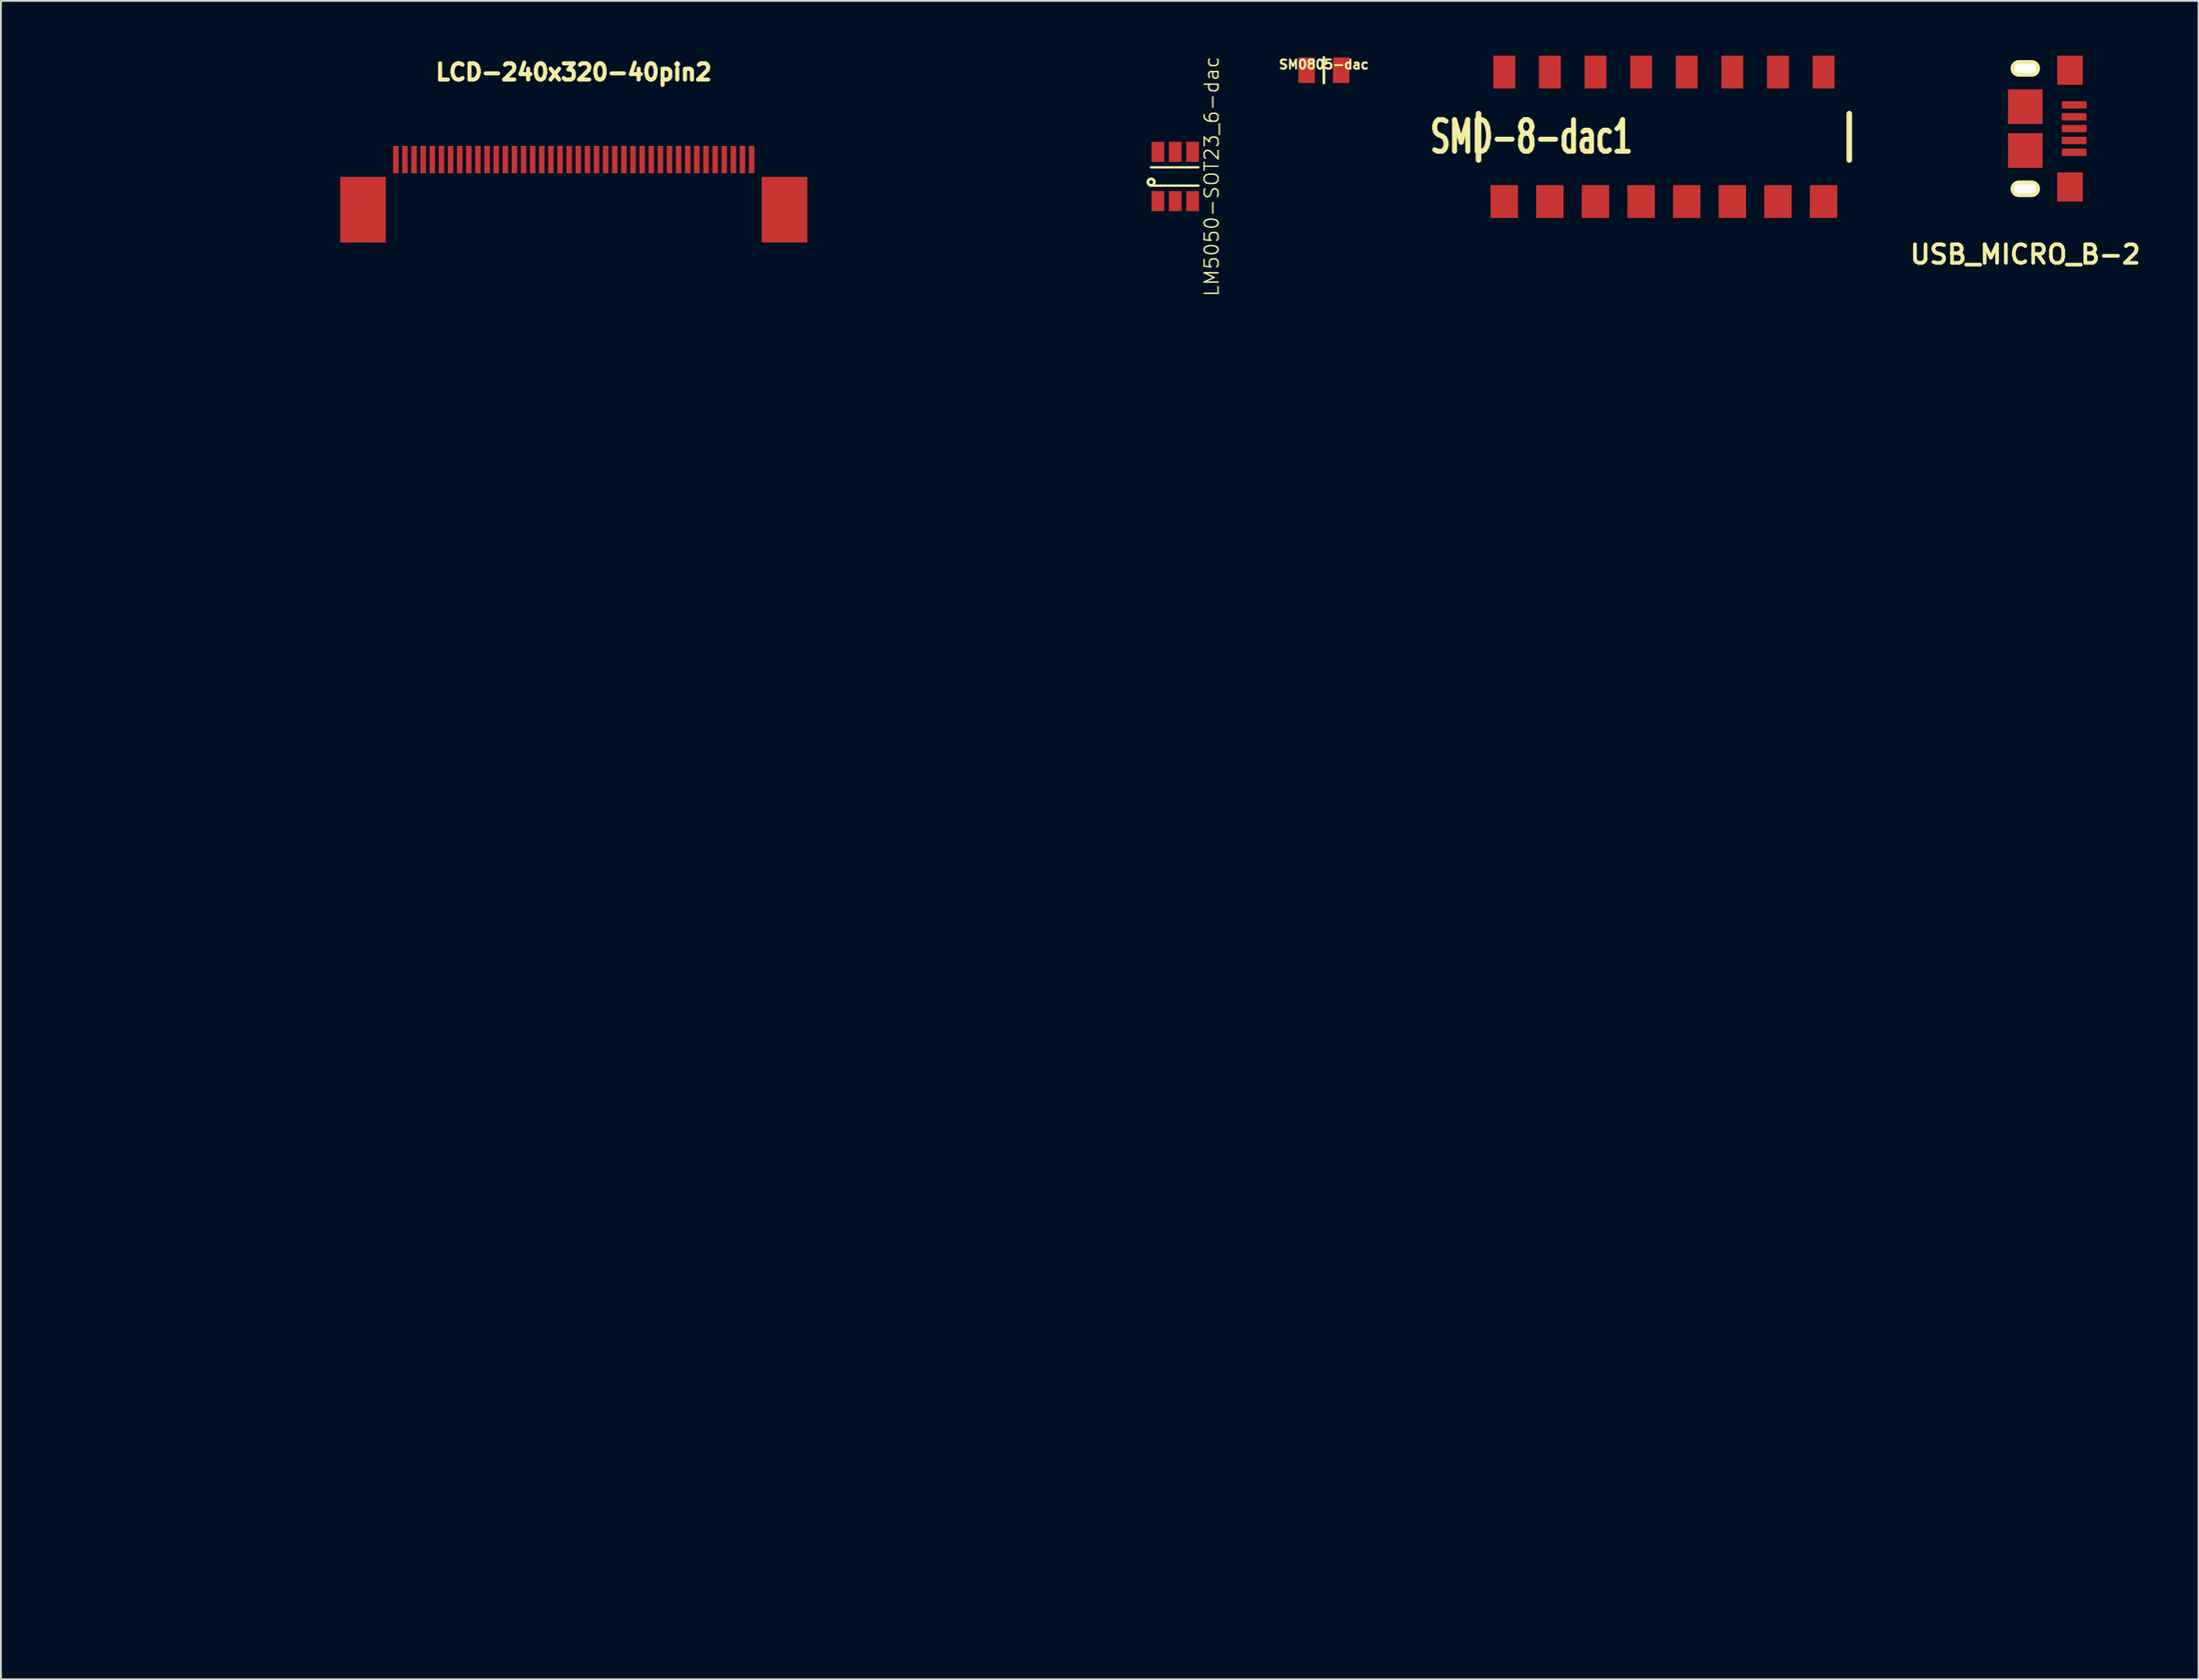
<source format=kicad_pcb>
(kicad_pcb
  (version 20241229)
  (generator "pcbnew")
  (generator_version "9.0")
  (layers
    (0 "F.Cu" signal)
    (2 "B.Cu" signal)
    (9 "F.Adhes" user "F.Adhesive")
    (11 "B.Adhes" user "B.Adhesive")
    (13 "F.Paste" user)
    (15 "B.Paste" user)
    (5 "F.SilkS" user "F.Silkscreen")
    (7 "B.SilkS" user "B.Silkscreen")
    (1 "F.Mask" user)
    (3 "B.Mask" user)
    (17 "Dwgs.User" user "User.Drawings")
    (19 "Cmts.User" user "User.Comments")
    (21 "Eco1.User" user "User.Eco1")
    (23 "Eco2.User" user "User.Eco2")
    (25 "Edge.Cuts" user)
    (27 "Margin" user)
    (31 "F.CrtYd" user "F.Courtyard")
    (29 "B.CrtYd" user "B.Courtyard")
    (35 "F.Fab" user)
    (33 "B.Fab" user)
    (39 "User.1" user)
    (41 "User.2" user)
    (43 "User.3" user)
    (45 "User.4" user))
  (footprint "LCD-240x320-40pin2"
    (layer "F.Cu")
    (at 28.395 6.645)
    (property "Reference" "LCD-240x320-40pin2" (at 0 -5.735 0) (layer "F.SilkS") (effects (font (size 0.889 0.889) (thickness 0.224))))
    (attr through_hole)
    (fp_line (start -28.32 0) (end 28.32 0) (stroke (width 0.15) (type solid)) (layer "Eco1.User"))
    (fp_line (start -28.32 79.3) (end -28.32 0) (stroke (width 0.15) (type solid)) (layer "Eco1.User"))
    (fp_line (start 28.32 0) (end 28.32 79.3) (stroke (width 0.15) (type solid)) (layer "Eco1.User"))
    (fp_line (start 28.32 79.3) (end -28.32 79.3) (stroke (width 0.15) (type solid)) (layer "Eco1.User"))
    (pad "0" smd rect (at -11.55 1.8) (size 2.5 3.6) (layers "F.Cu" "F.Mask" "F.Paste"))
    (pad "0" smd rect (at 11.55 1.8) (size 2.5 3.6) (layers "F.Cu" "F.Mask" "F.Paste"))
    (pad "1" smd rect (at 9.75 -0.95) (size 0.3 1.5) (layers "F.Cu" "F.Mask" "F.Paste"))
    (pad "2" smd rect (at 9.25 -0.95) (size 0.3 1.5) (layers "F.Cu" "F.Mask" "F.Paste"))
    (pad "3" smd rect (at 8.75 -0.95) (size 0.3 1.5) (layers "F.Cu" "F.Mask" "F.Paste"))
    (pad "4" smd rect (at 8.25 -0.95) (size 0.3 1.5) (layers "F.Cu" "F.Mask" "F.Paste"))
    (pad "5" smd rect (at 7.75 -0.95) (size 0.3 1.5) (layers "F.Cu" "F.Mask" "F.Paste"))
    (pad "6" smd rect (at 7.25 -0.95) (size 0.3 1.5) (layers "F.Cu" "F.Mask" "F.Paste"))
    (pad "7" smd rect (at 6.75 -0.95) (size 0.3 1.5) (layers "F.Cu" "F.Mask" "F.Paste"))
    (pad "8" smd rect (at 6.25 -0.95) (size 0.3 1.5) (layers "F.Cu" "F.Mask" "F.Paste"))
    (pad "9" smd rect (at 5.75 -0.95) (size 0.3 1.5) (layers "F.Cu" "F.Mask" "F.Paste"))
    (pad "10" smd rect (at 5.25 -0.95) (size 0.3 1.5) (layers "F.Cu" "F.Mask" "F.Paste"))
    (pad "11" smd rect (at 4.75 -0.95) (size 0.3 1.5) (layers "F.Cu" "F.Mask" "F.Paste"))
    (pad "12" smd rect (at 4.25 -0.95) (size 0.3 1.5) (layers "F.Cu" "F.Mask" "F.Paste"))
    (pad "13" smd rect (at 3.75 -0.95) (size 0.3 1.5) (layers "F.Cu" "F.Mask" "F.Paste"))
    (pad "14" smd rect (at 3.25 -0.95) (size 0.3 1.5) (layers "F.Cu" "F.Mask" "F.Paste"))
    (pad "15" smd rect (at 2.75 -0.95) (size 0.3 1.5) (layers "F.Cu" "F.Mask" "F.Paste"))
    (pad "16" smd rect (at 2.25 -0.95) (size 0.3 1.5) (layers "F.Cu" "F.Mask" "F.Paste"))
    (pad "17" smd rect (at 1.75 -0.95) (size 0.3 1.5) (layers "F.Cu" "F.Mask" "F.Paste"))
    (pad "18" smd rect (at 1.25 -0.95) (size 0.3 1.5) (layers "F.Cu" "F.Mask" "F.Paste"))
    (pad "19" smd rect (at 0.75 -0.95) (size 0.3 1.5) (layers "F.Cu" "F.Mask" "F.Paste"))
    (pad "20" smd rect (at 0.25 -0.95) (size 0.3 1.5) (layers "F.Cu" "F.Mask" "F.Paste"))
    (pad "21" smd rect (at -0.25 -0.95) (size 0.3 1.5) (layers "F.Cu" "F.Mask" "F.Paste"))
    (pad "22" smd rect (at -0.75 -0.95) (size 0.3 1.5) (layers "F.Cu" "F.Mask" "F.Paste"))
    (pad "23" smd rect (at -1.25 -0.95) (size 0.3 1.5) (layers "F.Cu" "F.Mask" "F.Paste"))
    (pad "24" smd rect (at -1.75 -0.95) (size 0.3 1.5) (layers "F.Cu" "F.Mask" "F.Paste"))
    (pad "25" smd rect (at -2.25 -0.95) (size 0.3 1.5) (layers "F.Cu" "F.Mask" "F.Paste"))
    (pad "26" smd rect (at -2.75 -0.95) (size 0.3 1.5) (layers "F.Cu" "F.Mask" "F.Paste"))
    (pad "27" smd rect (at -3.25 -0.95) (size 0.3 1.5) (layers "F.Cu" "F.Mask" "F.Paste"))
    (pad "28" smd rect (at -3.75 -0.95) (size 0.3 1.5) (layers "F.Cu" "F.Mask" "F.Paste"))
    (pad "29" smd rect (at -4.25 -0.95) (size 0.3 1.5) (layers "F.Cu" "F.Mask" "F.Paste"))
    (pad "30" smd rect (at -4.75 -0.95) (size 0.3 1.5) (layers "F.Cu" "F.Mask" "F.Paste"))
    (pad "31" smd rect (at -5.25 -0.95) (size 0.3 1.5) (layers "F.Cu" "F.Mask" "F.Paste"))
    (pad "32" smd rect (at -5.75 -0.95) (size 0.3 1.5) (layers "F.Cu" "F.Mask" "F.Paste"))
    (pad "33" smd rect (at -6.25 -0.95) (size 0.3 1.5) (layers "F.Cu" "F.Mask" "F.Paste"))
    (pad "34" smd rect (at -6.75 -0.95) (size 0.3 1.5) (layers "F.Cu" "F.Mask" "F.Paste"))
    (pad "35" smd rect (at -7.25 -0.95) (size 0.3 1.5) (layers "F.Cu" "F.Mask" "F.Paste"))
    (pad "36" smd rect (at -7.75 -0.95) (size 0.3 1.5) (layers "F.Cu" "F.Mask" "F.Paste"))
    (pad "37" smd rect (at -8.25 -0.95) (size 0.3 1.5) (layers "F.Cu" "F.Mask" "F.Paste"))
    (pad "38" smd rect (at -8.75 -0.95) (size 0.3 1.5) (layers "F.Cu" "F.Mask" "F.Paste"))
    (pad "39" smd rect (at -9.25 -0.95) (size 0.3 1.5) (layers "F.Cu" "F.Mask" "F.Paste"))
    (pad "40" smd rect (at -9.75 -0.95) (size 0.3 1.5) (layers "F.Cu" "F.Mask" "F.Paste")))
  (footprint "LM5050-SOT23_6-dac"
    (layer "F.Cu")
    (at 61.363 6.624)
    (property "Reference" "LM5050-SOT23_6-dac" (at 1.999 0 90) (layer "F.SilkS") (effects (font (size 0.762 0.762) (thickness 0.076))))
    (attr through_hole)
    (fp_line (start -1.333 -0.502) (end 1.27 -0.502) (stroke (width 0.127) (type solid)) (layer "F.SilkS"))
    (fp_line (start 1.27 0.502) (end -1.333 0.502) (stroke (width 0.127) (type solid)) (layer "F.SilkS"))
    (fp_circle (center -1.32 0.31) (end -1.43 0.45) (stroke (width 0.15) (type solid)) (fill no) (layer "F.SilkS"))
    (pad "1" smd rect (at -0.95 1.35) (size 0.7 1.1) (layers "F.Cu" "F.Mask" "F.Paste"))
    (pad "2" smd rect (at 0 1.35) (size 0.7 1.1) (layers "F.Cu" "F.Mask" "F.Paste"))
    (pad "3" smd rect (at 0.95 1.35) (size 0.7 1.1) (layers "F.Cu" "F.Mask" "F.Paste"))
    (pad "4" smd rect (at 0.95 -1.35) (size 0.7 1.1) (layers "F.Cu" "F.Mask" "F.Paste"))
    (pad "5" smd rect (at 0 -1.35) (size 0.7 1.1) (layers "F.Cu" "F.Mask" "F.Paste"))
    (pad "6" smd rect (at -0.95 -1.35) (size 0.7 1.1) (layers "F.Cu" "F.Mask" "F.Paste")))
  (footprint "USB_MICRO_B-2"
    (layer "F.Cu")
    (at 107.952 4)
    (property "Reference" "USB_MICRO_B-2" (at 0 6.901 0) (layer "F.SilkS") (effects (font (size 1.016 1.016) (thickness 0.203))))
    (attr through_hole)
    (pad "1" smd rect (at 2.675 -1.3) (size 1.35 0.4) (layers "F.Cu" "F.Mask" "F.Paste"))
    (pad "2" smd rect (at 2.675 -0.65) (size 1.35 0.4) (layers "F.Cu" "F.Mask" "F.Paste"))
    (pad "3" smd rect (at 2.675 0) (size 1.35 0.4) (layers "F.Cu" "F.Mask" "F.Paste"))
    (pad "4" smd rect (at 2.675 0.65) (size 1.35 0.4) (layers "F.Cu" "F.Mask" "F.Paste"))
    (pad "5" smd rect (at 2.675 1.3) (size 1.35 0.4) (layers "F.Cu" "F.Mask" "F.Paste"))
    (pad "6" smd rect (at 2.45 -3.2) (size 1.4 1.6) (layers "F.Cu" "F.Mask" "F.Paste"))
    (pad "7" thru_hole oval (at 0 -3.3) (size 1.6 0.9) (drill oval 1.2 0.5) (layers "*.Cu" "*.Mask" "F.SilkS" "F.Paste"))
    (pad "7" smd rect (at 0 -1.2) (size 1.9 1.9) (layers "F.Cu" "F.Mask" "F.Paste"))
    (pad "8" smd rect (at 2.45 3.2) (size 1.4 1.6) (layers "F.Cu" "F.Mask" "F.Paste"))
    (pad "9" smd rect (at 0 1.2) (size 1.9 1.9) (layers "F.Cu" "F.Mask" "F.Paste"))
    (pad "9" thru_hole oval (at 0 3.3) (size 1.6 0.9) (drill oval 1.2 0.5) (layers "*.Cu" "*.Mask" "F.SilkS" "F.Paste")))
  (footprint "SMD-8-dac1"
    (layer "F.Cu")
    (at 88.147 4.45)
    (property "Reference" "SMD-8-dac1" (at -7.257 0.005 0) (layer "F.SilkS") (effects (font (size 1.73 1.087) (thickness 0.305))))
    (attr through_hole)
    (fp_line (start -10.16 1.27) (end -10.16 -1.27) (stroke (width 0.305) (type solid)) (layer "F.SilkS"))
    (fp_line (start 10.16 -1.27) (end 10.16 1.27) (stroke (width 0.305) (type solid)) (layer "F.SilkS"))
    (pad "1" smd rect (at -8.75 -3.55) (size 1.2 1.8) (layers "F.Cu" "F.Mask" "F.Paste"))
    (pad "1" smd rect (at -8.75 3.55) (size 1.5 1.8) (layers "F.Cu" "F.Mask" "F.Paste"))
    (pad "2" smd rect (at -6.25 -3.55) (size 1.2 1.8) (layers "F.Cu" "F.Mask" "F.Paste"))
    (pad "2" smd rect (at -6.25 3.55) (size 1.5 1.8) (layers "F.Cu" "F.Mask" "F.Paste"))
    (pad "3" smd rect (at -3.75 -3.55) (size 1.2 1.8) (layers "F.Cu" "F.Mask" "F.Paste"))
    (pad "3" smd rect (at -3.75 3.55) (size 1.5 1.8) (layers "F.Cu" "F.Mask" "F.Paste"))
    (pad "4" smd rect (at -1.25 -3.55) (size 1.2 1.8) (layers "F.Cu" "F.Mask" "F.Paste"))
    (pad "4" smd rect (at -1.25 3.55) (size 1.5 1.8) (layers "F.Cu" "F.Mask" "F.Paste"))
    (pad "5" smd rect (at 1.25 -3.55) (size 1.2 1.8) (layers "F.Cu" "F.Mask" "F.Paste"))
    (pad "5" smd rect (at 1.25 3.55) (size 1.5 1.8) (layers "F.Cu" "F.Mask" "F.Paste"))
    (pad "6" smd rect (at 3.75 -3.55) (size 1.2 1.8) (layers "F.Cu" "F.Mask" "F.Paste"))
    (pad "6" smd rect (at 3.75 3.55) (size 1.5 1.8) (layers "F.Cu" "F.Mask" "F.Paste"))
    (pad "7" smd rect (at 6.25 -3.55) (size 1.2 1.8) (layers "F.Cu" "F.Mask" "F.Paste"))
    (pad "7" smd rect (at 6.25 3.55) (size 1.5 1.8) (layers "F.Cu" "F.Mask" "F.Paste"))
    (pad "8" smd rect (at 8.75 -3.55) (size 1.2 1.8) (layers "F.Cu" "F.Mask" "F.Paste"))
    (pad "8" smd rect (at 8.75 3.55) (size 1.5 1.8) (layers "F.Cu" "F.Mask" "F.Paste")))
  (footprint "SM0805-dac"
    (layer "F.Cu")
    (at 69.51 0.802)
    (property "Reference" "SM0805-dac" (at 0 -0.318 0) (layer "F.SilkS") (effects (font (size 0.5 0.5) (thickness 0.109))))
    (attr smd)
    (fp_line (start 0 -0.7) (end 0 0.7) (stroke (width 0.15) (type solid)) (layer "F.SilkS"))
    (pad "1" smd rect (at -0.95 0) (size 0.9 1.4) (layers "F.Cu" "F.Mask" "F.Paste"))
    (pad "2" smd rect (at 0.95 0) (size 0.9 1.4) (layers "F.Cu" "F.Mask" "F.Paste")))
  (gr_rect
    (start -3 -3)
    (end 117.444 89.02)
    (stroke (width 0.1) (type default))
    (fill no)
    (layer "Edge.Cuts")))
</source>
